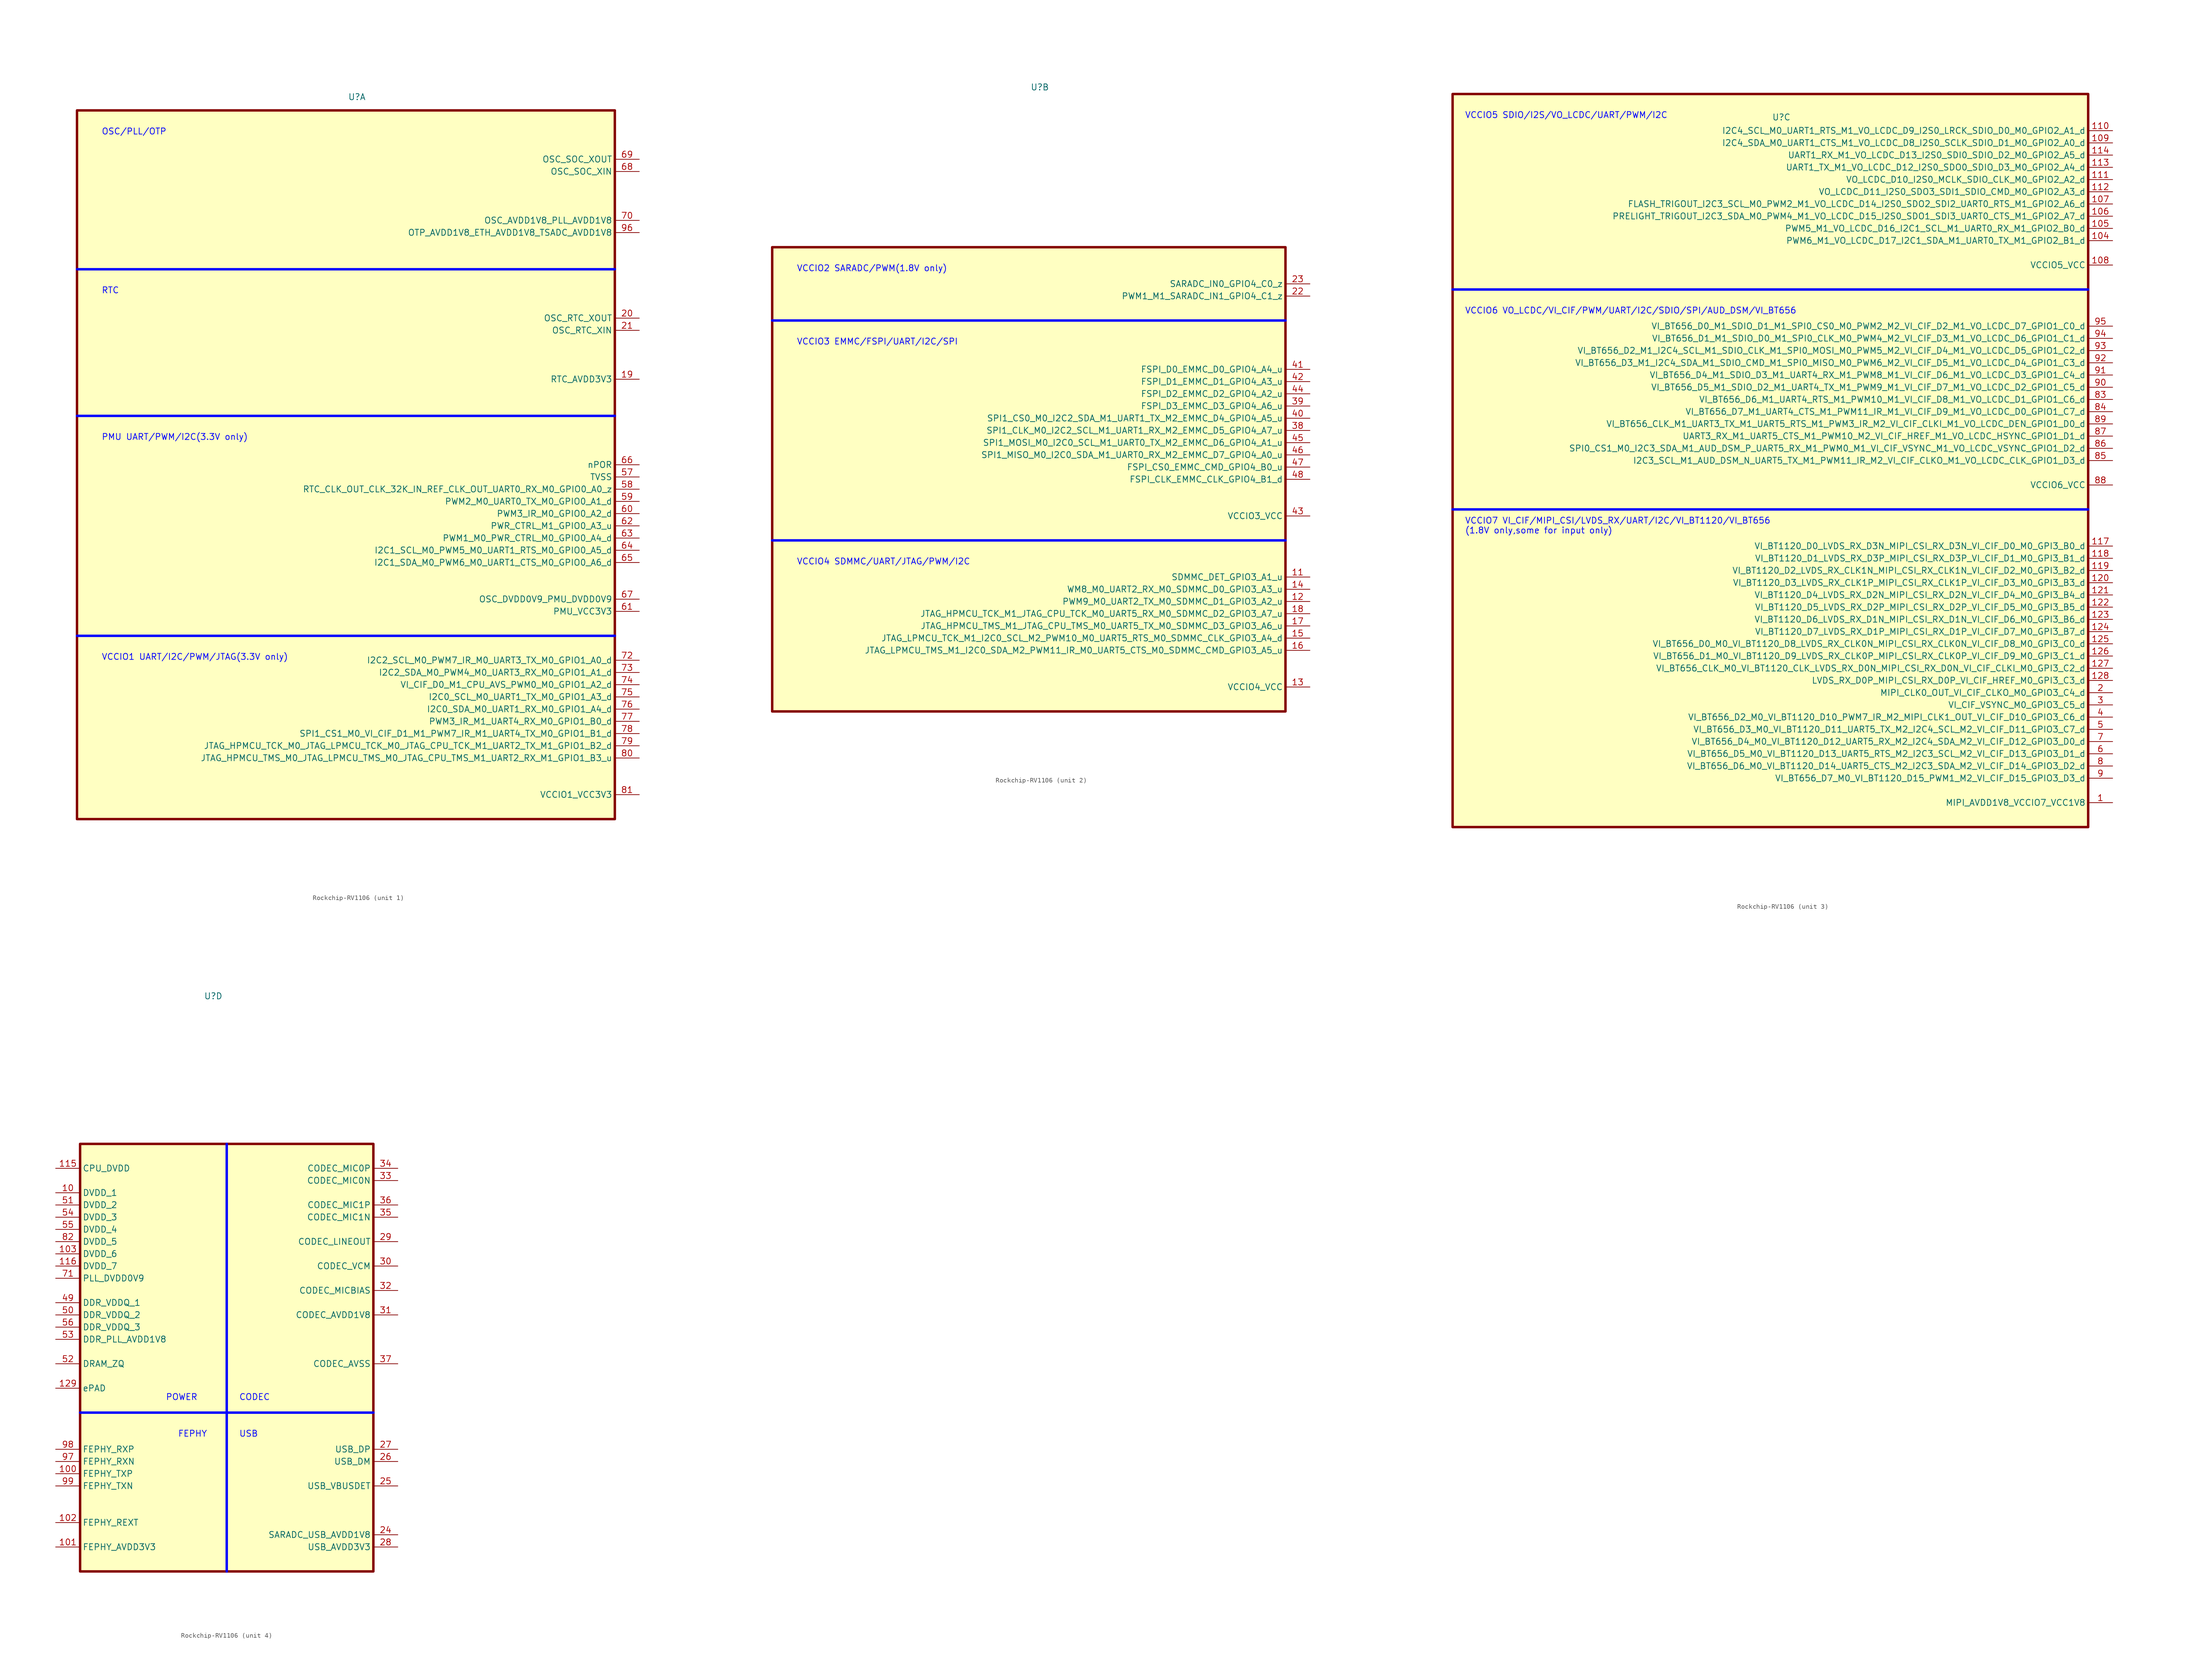
<source format=kicad_sym>
(kicad_symbol_lib
  (version 20241209)
  (generator "kicad_symbol_editor")
  (generator_version "9.0")
  (symbol "Rockchip-RV1106"
    (property "Reference" "U"
      (at -0.254 66.294 0)
      (effects (font (size 1.27 1.27))))
    (property "Value" ""
      (at 0 0 0)
      (effects (font (size 1.27 1.27))))
    (symbol "Rockchip-RV1106_1_0"
      (rectangle (start -58.42 63.5) (end 53.34 -83.82) (stroke (width 0.508) (type default)) (fill (type background)))
      (polyline (pts (xy 53.34 30.48) (xy -58.42 30.48)) (stroke (width 0.508) (type default) (color 0 0 255 1)) (fill (type none)))
      (polyline (pts (xy 53.34 0) (xy -58.42 0)) (stroke (width 0.508) (type default) (color 0 0 255 1)) (fill (type none)))
      (polyline (pts (xy 53.34 -45.72) (xy -58.42 -45.72)) (stroke (width 0.508) (type default) (color 0 0 255 1)) (fill (type none)))
      (text "OSC/PLL/OTP" (at -53.34 58.42 0) (effects (font (size 1.27 1.27) (color 0 0 255 1)) (justify left bottom)))
      (text "RTC" (at -53.34 25.4 0) (effects (font (size 1.27 1.27) (color 0 0 255 1)) (justify left bottom)))
      (text "PMU UART/PWM/I2C(3.3V only)" (at -53.34 -5.08 0) (effects (font (size 1.27 1.27) (color 0 0 255 1)) (justify left bottom)))
      (text "VCCIO1 UART/I2C/PWM/JTAG(3.3V only)" (at -53.34 -50.8 0) (effects (font (size 1.27 1.27) (color 0 0 255 1)) (justify left bottom)))
      (pin passive line (at 58.42 53.34 180) (length 5.08) (name "OSC_SOC_XOUT" (effects (font (size 1.27 1.27)))) (number "69" (effects (font (size 1.27 1.27)))))
      (pin passive line (at 58.42 50.8 180) (length 5.08) (name "OSC_SOC_XIN" (effects (font (size 1.27 1.27)))) (number "68" (effects (font (size 1.27 1.27)))))
      (pin passive line (at 58.42 40.64 180) (length 5.08) (name "OSC_AVDD1V8_PLL_AVDD1V8" (effects (font (size 1.27 1.27)))) (number "70" (effects (font (size 1.27 1.27)))))
      (pin passive line (at 58.42 38.1 180) (length 5.08) (name "OTP_AVDD1V8_ETH_AVDD1V8_TSADC_AVDD1V8" (effects (font (size 1.27 1.27)))) (number "96" (effects (font (size 1.27 1.27)))))
      (pin passive line (at 58.42 20.32 180) (length 5.08) (name "OSC_RTC_XOUT" (effects (font (size 1.27 1.27)))) (number "20" (effects (font (size 1.27 1.27)))))
      (pin passive line (at 58.42 17.78 180) (length 5.08) (name "OSC_RTC_XIN" (effects (font (size 1.27 1.27)))) (number "21" (effects (font (size 1.27 1.27)))))
      (pin passive line (at 58.42 7.62 180) (length 5.08) (name "RTC_AVDD3V3" (effects (font (size 1.27 1.27)))) (number "19" (effects (font (size 1.27 1.27)))))
      (pin passive line (at 58.42 -10.16 180) (length 5.08) (name "nPOR" (effects (font (size 1.27 1.27)))) (number "66" (effects (font (size 1.27 1.27)))))
      (pin passive line (at 58.42 -12.7 180) (length 5.08) (name "TVSS" (effects (font (size 1.27 1.27)))) (number "57" (effects (font (size 1.27 1.27)))))
      (pin passive line (at 58.42 -15.24 180) (length 5.08) (name "RTC_CLK_OUT_CLK_32K_IN_REF_CLK_OUT_UART0_RX_M0_GPIO0_A0_z" (effects (font (size 1.27 1.27)))) (number "58" (effects (font (size 1.27 1.27)))))
      (pin passive line (at 58.42 -17.78 180) (length 5.08) (name "PWM2_M0_UART0_TX_M0_GPIO0_A1_d" (effects (font (size 1.27 1.27)))) (number "59" (effects (font (size 1.27 1.27)))))
      (pin passive line (at 58.42 -20.32 180) (length 5.08) (name "PWM3_IR_M0_GPIO0_A2_d" (effects (font (size 1.27 1.27)))) (number "60" (effects (font (size 1.27 1.27)))))
      (pin passive line (at 58.42 -22.86 180) (length 5.08) (name "PWR_CTRL_M1_GPIO0_A3_u" (effects (font (size 1.27 1.27)))) (number "62" (effects (font (size 1.27 1.27)))))
      (pin passive line (at 58.42 -25.4 180) (length 5.08) (name "PWM1_M0_PWR_CTRL_M0_GPIO0_A4_d" (effects (font (size 1.27 1.27)))) (number "63" (effects (font (size 1.27 1.27)))))
      (pin passive line (at 58.42 -27.94 180) (length 5.08) (name "I2C1_SCL_M0_PWM5_M0_UART1_RTS_M0_GPIO0_A5_d" (effects (font (size 1.27 1.27)))) (number "64" (effects (font (size 1.27 1.27)))))
      (pin passive line (at 58.42 -30.48 180) (length 5.08) (name "I2C1_SDA_M0_PWM6_M0_UART1_CTS_M0_GPIO0_A6_d" (effects (font (size 1.27 1.27)))) (number "65" (effects (font (size 1.27 1.27)))))
      (pin passive line (at 58.42 -38.1 180) (length 5.08) (name "OSC_DVDD0V9_PMU_DVDD0V9" (effects (font (size 1.27 1.27)))) (number "67" (effects (font (size 1.27 1.27)))))
      (pin passive line (at 58.42 -40.64 180) (length 5.08) (name "PMU_VCC3V3" (effects (font (size 1.27 1.27)))) (number "61" (effects (font (size 1.27 1.27)))))
      (pin passive line (at 58.42 -50.8 180) (length 5.08) (name "I2C2_SCL_M0_PWM7_IR_M0_UART3_TX_M0_GPIO1_A0_d" (effects (font (size 1.27 1.27)))) (number "72" (effects (font (size 1.27 1.27)))))
      (pin passive line (at 58.42 -53.34 180) (length 5.08) (name "I2C2_SDA_M0_PWM4_M0_UART3_RX_M0_GPIO1_A1_d" (effects (font (size 1.27 1.27)))) (number "73" (effects (font (size 1.27 1.27)))))
      (pin passive line (at 58.42 -55.88 180) (length 5.08) (name "VI_CIF_D0_M1_CPU_AVS_PWM0_M0_GPIO1_A2_d" (effects (font (size 1.27 1.27)))) (number "74" (effects (font (size 1.27 1.27)))))
      (pin passive line (at 58.42 -58.42 180) (length 5.08) (name "I2C0_SCL_M0_UART1_TX_M0_GPIO1_A3_d" (effects (font (size 1.27 1.27)))) (number "75" (effects (font (size 1.27 1.27)))))
      (pin passive line (at 58.42 -60.96 180) (length 5.08) (name "I2C0_SDA_M0_UART1_RX_M0_GPIO1_A4_d" (effects (font (size 1.27 1.27)))) (number "76" (effects (font (size 1.27 1.27)))))
      (pin passive line (at 58.42 -63.5 180) (length 5.08) (name "PWM3_IR_M1_UART4_RX_M0_GPIO1_B0_d" (effects (font (size 1.27 1.27)))) (number "77" (effects (font (size 1.27 1.27)))))
      (pin passive line (at 58.42 -66.04 180) (length 5.08) (name "SPI1_CS1_M0_VI_CIF_D1_M1_PWM7_IR_M1_UART4_TX_M0_GPIO1_B1_d" (effects (font (size 1.27 1.27)))) (number "78" (effects (font (size 1.27 1.27)))))
      (pin passive line (at 58.42 -68.58 180) (length 5.08) (name "JTAG_HPMCU_TCK_M0_JTAG_LPMCU_TCK_M0_JTAG_CPU_TCK_M1_UART2_TX_M1_GPIO1_B2_d" (effects (font (size 1.27 1.27)))) (number "79" (effects (font (size 1.27 1.27)))))
      (pin passive line (at 58.42 -71.12 180) (length 5.08) (name "JTAG_HPMCU_TMS_M0_JTAG_LPMCU_TMS_M0_JTAG_CPU_TMS_M1_UART2_RX_M1_GPIO1_B3_u" (effects (font (size 1.27 1.27)))) (number "80" (effects (font (size 1.27 1.27)))))
      (pin passive line (at 58.42 -78.74 180) (length 5.08) (name "VCCIO1_VCC3V3" (effects (font (size 1.27 1.27)))) (number "81" (effects (font (size 1.27 1.27))))))
    (symbol "Rockchip-RV1106_2_0"
      (rectangle (start -55.88 33.02) (end 50.8 -63.5) (stroke (width 0.508) (type default)) (fill (type background)))
      (polyline (pts (xy 50.8 17.78) (xy -55.88 17.78)) (stroke (width 0.508) (type default) (color 0 0 255 1)) (fill (type none)))
      (polyline (pts (xy 50.8 -27.94) (xy -55.88 -27.94)) (stroke (width 0.508) (type default) (color 0 0 255 1)) (fill (type none)))
      (text "VCCIO2 SARADC/PWM(1.8V only)" (at -50.8 27.94 0) (effects (font (size 1.27 1.27) (color 0 0 255 1)) (justify left bottom)))
      (text "VCCIO3 EMMC/FSPI/UART/I2C/SPI" (at -50.8 12.7 0) (effects (font (size 1.27 1.27) (color 0 0 255 1)) (justify left bottom)))
      (text "VCCIO4 SDMMC/UART/JTAG/PWM/I2C" (at -50.8 -33.02 0) (effects (font (size 1.27 1.27) (color 0 0 255 1)) (justify left bottom)))
      (pin passive line (at 55.88 25.4 180) (length 5.08) (name "SARADC_IN0_GPIO4_C0_z" (effects (font (size 1.27 1.27)))) (number "23" (effects (font (size 1.27 1.27)))))
      (pin passive line (at 55.88 22.86 180) (length 5.08) (name "PWM1_M1_SARADC_IN1_GPIO4_C1_z" (effects (font (size 1.27 1.27)))) (number "22" (effects (font (size 1.27 1.27)))))
      (pin passive line (at 55.88 7.62 180) (length 5.08) (name "FSPI_D0_EMMC_D0_GPIO4_A4_u" (effects (font (size 1.27 1.27)))) (number "41" (effects (font (size 1.27 1.27)))))
      (pin passive line (at 55.88 5.08 180) (length 5.08) (name "FSPI_D1_EMMC_D1_GPIO4_A3_u" (effects (font (size 1.27 1.27)))) (number "42" (effects (font (size 1.27 1.27)))))
      (pin passive line (at 55.88 2.54 180) (length 5.08) (name "FSPI_D2_EMMC_D2_GPIO4_A2_u" (effects (font (size 1.27 1.27)))) (number "44" (effects (font (size 1.27 1.27)))))
      (pin passive line (at 55.88 0 180) (length 5.08) (name "FSPI_D3_EMMC_D3_GPIO4_A6_u" (effects (font (size 1.27 1.27)))) (number "39" (effects (font (size 1.27 1.27)))))
      (pin passive line (at 55.88 -2.54 180) (length 5.08) (name "SPI1_CS0_M0_I2C2_SDA_M1_UART1_TX_M2_EMMC_D4_GPIO4_A5_u" (effects (font (size 1.27 1.27)))) (number "40" (effects (font (size 1.27 1.27)))))
      (pin passive line (at 55.88 -5.08 180) (length 5.08) (name "SPI1_CLK_M0_I2C2_SCL_M1_UART1_RX_M2_EMMC_D5_GPIO4_A7_u" (effects (font (size 1.27 1.27)))) (number "38" (effects (font (size 1.27 1.27)))))
      (pin passive line (at 55.88 -7.62 180) (length 5.08) (name "SPI1_MOSI_M0_I2C0_SCL_M1_UART0_TX_M2_EMMC_D6_GPIO4_A1_u" (effects (font (size 1.27 1.27)))) (number "45" (effects (font (size 1.27 1.27)))))
      (pin passive line (at 55.88 -10.16 180) (length 5.08) (name "SPI1_MISO_M0_I2C0_SDA_M1_UART0_RX_M2_EMMC_D7_GPIO4_A0_u" (effects (font (size 1.27 1.27)))) (number "46" (effects (font (size 1.27 1.27)))))
      (pin passive line (at 55.88 -12.7 180) (length 5.08) (name "FSPI_CS0_EMMC_CMD_GPIO4_B0_u" (effects (font (size 1.27 1.27)))) (number "47" (effects (font (size 1.27 1.27)))))
      (pin passive line (at 55.88 -15.24 180) (length 5.08) (name "FSPI_CLK_EMMC_CLK_GPIO4_B1_d" (effects (font (size 1.27 1.27)))) (number "48" (effects (font (size 1.27 1.27)))))
      (pin passive line (at 55.88 -22.86 180) (length 5.08) (name "VCCIO3_VCC" (effects (font (size 1.27 1.27)))) (number "43" (effects (font (size 1.27 1.27)))))
      (pin passive line (at 55.88 -35.56 180) (length 5.08) (name "SDMMC_DET_GPIO3_A1_u" (effects (font (size 1.27 1.27)))) (number "11" (effects (font (size 1.27 1.27)))))
      (pin passive line (at 55.88 -38.1 180) (length 5.08) (name "WM8_M0_UART2_RX_M0_SDMMC_D0_GPIO3_A3_u" (effects (font (size 1.27 1.27)))) (number "14" (effects (font (size 1.27 1.27)))))
      (pin passive line (at 55.88 -40.64 180) (length 5.08) (name "PWM9_M0_UART2_TX_M0_SDMMC_D1_GPIO3_A2_u" (effects (font (size 1.27 1.27)))) (number "12" (effects (font (size 1.27 1.27)))))
      (pin passive line (at 55.88 -43.18 180) (length 5.08) (name "JTAG_HPMCU_TCK_M1_JTAG_CPU_TCK_M0_UART5_RX_M0_SDMMC_D2_GPIO3_A7_u" (effects (font (size 1.27 1.27)))) (number "18" (effects (font (size 1.27 1.27)))))
      (pin passive line (at 55.88 -45.72 180) (length 5.08) (name "JTAG_HPMCU_TMS_M1_JTAG_CPU_TMS_M0_UART5_TX_M0_SDMMC_D3_GPIO3_A6_u" (effects (font (size 1.27 1.27)))) (number "17" (effects (font (size 1.27 1.27)))))
      (pin passive line (at 55.88 -48.26 180) (length 5.08) (name "JTAG_LPMCU_TCK_M1_I2C0_SCL_M2_PWM10_M0_UART5_RTS_M0_SDMMC_CLK_GPIO3_A4_d" (effects (font (size 1.27 1.27)))) (number "15" (effects (font (size 1.27 1.27)))))
      (pin passive line (at 55.88 -50.8 180) (length 5.08) (name "JTAG_LPMCU_TMS_M1_I2C0_SDA_M2_PWM11_IR_M0_UART5_CTS_M0_SDMMC_CMD_GPIO3_A5_u" (effects (font (size 1.27 1.27)))) (number "16" (effects (font (size 1.27 1.27)))))
      (pin passive line (at 55.88 -58.42 180) (length 5.08) (name "VCCIO4_VCC" (effects (font (size 1.27 1.27)))) (number "13" (effects (font (size 1.27 1.27))))))
    (symbol "Rockchip-RV1106_3_0"
      (rectangle (start -68.58 71.12) (end 63.5 -81.28) (stroke (width 0.508) (type default)) (fill (type background)))
      (polyline (pts (xy -68.58 30.48) (xy 63.5 30.48)) (stroke (width 0.508) (type default) (color 0 0 255 1)) (fill (type none)))
      (polyline (pts (xy 63.5 -15.24) (xy -68.58 -15.24)) (stroke (width 0.508) (type default) (color 0 0 255 1)) (fill (type none)))
      (text "VCCIO5 SDIO/I2S/VO_LCDC/UART/PWM/I2C" (at -66.04 66.04 0) (effects (font (size 1.27 1.27) (color 0 0 255 1)) (justify left bottom)))
      (text "VCCIO6 VO_LCDC/VI_CIF/PWM/UART/I2C/SDIO/SPI/AUD_DSM/VI_BT656" (at -66.04 25.4 0) (effects (font (size 1.27 1.27) (color 0 0 255 1)) (justify left bottom)))
      (text "VCCIO7 VI_CIF/MIPI_CSI/LVDS_RX/UART/I2C/VI_BT1120/VI_BT656\n(1.8V only,some for input only)" (at -66.04 -20.32 0) (effects (font (size 1.27 1.27) (color 0 0 255 1)) (justify left bottom)))
      (pin passive line (at 68.58 63.5 180) (length 5.08) (name "I2C4_SCL_M0_UART1_RTS_M1_VO_LCDC_D9_I2S0_LRCK_SDIO_D0_M0_GPIO2_A1_d" (effects (font (size 1.27 1.27)))) (number "110" (effects (font (size 1.27 1.27)))))
      (pin passive line (at 68.58 60.96 180) (length 5.08) (name "I2C4_SDA_M0_UART1_CTS_M1_VO_LCDC_D8_I2S0_SCLK_SDIO_D1_M0_GPIO2_A0_d" (effects (font (size 1.27 1.27)))) (number "109" (effects (font (size 1.27 1.27)))))
      (pin passive line (at 68.58 58.42 180) (length 5.08) (name "UART1_RX_M1_VO_LCDC_D13_I2S0_SDI0_SDIO_D2_M0_GPIO2_A5_d" (effects (font (size 1.27 1.27)))) (number "114" (effects (font (size 1.27 1.27)))))
      (pin passive line (at 68.58 55.88 180) (length 5.08) (name "UART1_TX_M1_VO_LCDC_D12_I2S0_SDO0_SDIO_D3_M0_GPIO2_A4_d" (effects (font (size 1.27 1.27)))) (number "113" (effects (font (size 1.27 1.27)))))
      (pin passive line (at 68.58 53.34 180) (length 5.08) (name "VO_LCDC_D10_I2S0_MCLK_SDIO_CLK_M0_GPIO2_A2_d" (effects (font (size 1.27 1.27)))) (number "111" (effects (font (size 1.27 1.27)))))
      (pin passive line (at 68.58 50.8 180) (length 5.08) (name "VO_LCDC_D11_I2S0_SDO3_SDI1_SDIO_CMD_M0_GPIO2_A3_d" (effects (font (size 1.27 1.27)))) (number "112" (effects (font (size 1.27 1.27)))))
      (pin passive line (at 68.58 48.26 180) (length 5.08) (name "FLASH_TRIGOUT_I2C3_SCL_M0_PWM2_M1_VO_LCDC_D14_I2S0_SDO2_SDI2_UART0_RTS_M1_GPIO2_A6_d" (effects (font (size 1.27 1.27)))) (number "107" (effects (font (size 1.27 1.27)))))
      (pin passive line (at 68.58 45.72 180) (length 5.08) (name "PRELIGHT_TRIGOUT_I2C3_SDA_M0_PWM4_M1_VO_LCDC_D15_I2S0_SDO1_SDI3_UART0_CTS_M1_GPIO2_A7_d" (effects (font (size 1.27 1.27)))) (number "106" (effects (font (size 1.27 1.27)))))
      (pin passive line (at 68.58 43.18 180) (length 5.08) (name "PWM5_M1_VO_LCDC_D16_I2C1_SCL_M1_UART0_RX_M1_GPIO2_B0_d" (effects (font (size 1.27 1.27)))) (number "105" (effects (font (size 1.27 1.27)))))
      (pin passive line (at 68.58 40.64 180) (length 5.08) (name "PWM6_M1_VO_LCDC_D17_I2C1_SDA_M1_UART0_TX_M1_GPIO2_B1_d" (effects (font (size 1.27 1.27)))) (number "104" (effects (font (size 1.27 1.27)))))
      (pin passive line (at 68.58 35.56 180) (length 5.08) (name "VCCIO5_VCC" (effects (font (size 1.27 1.27)))) (number "108" (effects (font (size 1.27 1.27)))))
      (pin passive line (at 68.58 22.86 180) (length 5.08) (name "VI_BT656_D0_M1_SDIO_D1_M1_SPI0_CS0_M0_PWM2_M2_VI_CIF_D2_M1_VO_LCDC_D7_GPIO1_C0_d" (effects (font (size 1.27 1.27)))) (number "95" (effects (font (size 1.27 1.27)))))
      (pin passive line (at 68.58 20.32 180) (length 5.08) (name "VI_BT656_D1_M1_SDIO_D0_M1_SPI0_CLK_M0_PWM4_M2_VI_CIF_D3_M1_VO_LCDC_D6_GPIO1_C1_d" (effects (font (size 1.27 1.27)))) (number "94" (effects (font (size 1.27 1.27)))))
      (pin passive line (at 68.58 17.78 180) (length 5.08) (name "VI_BT656_D2_M1_I2C4_SCL_M1_SDIO_CLK_M1_SPI0_MOSI_M0_PWM5_M2_VI_CIF_D4_M1_VO_LCDC_D5_GPIO1_C2_d" (effects (font (size 1.27 1.27)))) (number "93" (effects (font (size 1.27 1.27)))))
      (pin passive line (at 68.58 15.24 180) (length 5.08) (name "VI_BT656_D3_M1_I2C4_SDA_M1_SDIO_CMD_M1_SPI0_MISO_M0_PWM6_M2_VI_CIF_D5_M1_VO_LCDC_D4_GPIO1_C3_d" (effects (font (size 1.27 1.27)))) (number "92" (effects (font (size 1.27 1.27)))))
      (pin passive line (at 68.58 12.7 180) (length 5.08) (name "VI_BT656_D4_M1_SDIO_D3_M1_UART4_RX_M1_PWM8_M1_VI_CIF_D6_M1_VO_LCDC_D3_GPIO1_C4_d" (effects (font (size 1.27 1.27)))) (number "91" (effects (font (size 1.27 1.27)))))
      (pin passive line (at 68.58 10.16 180) (length 5.08) (name "VI_BT656_D5_M1_SDIO_D2_M1_UART4_TX_M1_PWM9_M1_VI_CIF_D7_M1_VO_LCDC_D2_GPIO1_C5_d" (effects (font (size 1.27 1.27)))) (number "90" (effects (font (size 1.27 1.27)))))
      (pin passive line (at 68.58 7.62 180) (length 5.08) (name "VI_BT656_D6_M1_UART4_RTS_M1_PWM10_M1_VI_CIF_D8_M1_VO_LCDC_D1_GPIO1_C6_d" (effects (font (size 1.27 1.27)))) (number "83" (effects (font (size 1.27 1.27)))))
      (pin passive line (at 68.58 5.08 180) (length 5.08) (name "VI_BT656_D7_M1_UART4_CTS_M1_PWM11_IR_M1_VI_CIF_D9_M1_VO_LCDC_D0_GPIO1_C7_d" (effects (font (size 1.27 1.27)))) (number "84" (effects (font (size 1.27 1.27)))))
      (pin passive line (at 68.58 2.54 180) (length 5.08) (name "VI_BT656_CLK_M1_UART3_TX_M1_UART5_RTS_M1_PWM3_IR_M2_VI_CIF_CLKI_M1_VO_LCDC_DEN_GPIO1_D0_d" (effects (font (size 1.27 1.27)))) (number "89" (effects (font (size 1.27 1.27)))))
      (pin passive line (at 68.58 0 180) (length 5.08) (name "UART3_RX_M1_UART5_CTS_M1_PWM10_M2_VI_CIF_HREF_M1_VO_LCDC_HSYNC_GPIO1_D1_d" (effects (font (size 1.27 1.27)))) (number "87" (effects (font (size 1.27 1.27)))))
      (pin passive line (at 68.58 -2.54 180) (length 5.08) (name "SPI0_CS1_M0_I2C3_SDA_M1_AUD_DSM_P_UART5_RX_M1_PWM0_M1_VI_CIF_VSYNC_M1_VO_LCDC_VSYNC_GPIO1_D2_d" (effects (font (size 1.27 1.27)))) (number "86" (effects (font (size 1.27 1.27)))))
      (pin passive line (at 68.58 -5.08 180) (length 5.08) (name "I2C3_SCL_M1_AUD_DSM_N_UART5_TX_M1_PWM11_IR_M2_VI_CIF_CLKO_M1_VO_LCDC_CLK_GPIO1_D3_d" (effects (font (size 1.27 1.27)))) (number "85" (effects (font (size 1.27 1.27)))))
      (pin passive line (at 68.58 -10.16 180) (length 5.08) (name "VCCIO6_VCC" (effects (font (size 1.27 1.27)))) (number "88" (effects (font (size 1.27 1.27)))))
      (pin passive line (at 68.58 -22.86 180) (length 5.08) (name "VI_BT1120_D0_LVDS_RX_D3N_MIPI_CSI_RX_D3N_VI_CIF_D0_M0_GPI3_B0_d" (effects (font (size 1.27 1.27)))) (number "117" (effects (font (size 1.27 1.27)))))
      (pin passive line (at 68.58 -25.4 180) (length 5.08) (name "VI_BT1120_D1_LVDS_RX_D3P_MIPI_CSI_RX_D3P_VI_CIF_D1_M0_GPI3_B1_d" (effects (font (size 1.27 1.27)))) (number "118" (effects (font (size 1.27 1.27)))))
      (pin passive line (at 68.58 -27.94 180) (length 5.08) (name "VI_BT1120_D2_LVDS_RX_CLK1N_MIPI_CSI_RX_CLK1N_VI_CIF_D2_M0_GPI3_B2_d" (effects (font (size 1.27 1.27)))) (number "119" (effects (font (size 1.27 1.27)))))
      (pin passive line (at 68.58 -30.48 180) (length 5.08) (name "VI_BT1120_D3_LVDS_RX_CLK1P_MIPI_CSI_RX_CLK1P_VI_CIF_D3_M0_GPI3_B3_d" (effects (font (size 1.27 1.27)))) (number "120" (effects (font (size 1.27 1.27)))))
      (pin passive line (at 68.58 -33.02 180) (length 5.08) (name "VI_BT1120_D4_LVDS_RX_D2N_MIPI_CSI_RX_D2N_VI_CIF_D4_M0_GPI3_B4_d" (effects (font (size 1.27 1.27)))) (number "121" (effects (font (size 1.27 1.27)))))
      (pin passive line (at 68.58 -35.56 180) (length 5.08) (name "VI_BT1120_D5_LVDS_RX_D2P_MIPI_CSI_RX_D2P_VI_CIF_D5_M0_GPI3_B5_d" (effects (font (size 1.27 1.27)))) (number "122" (effects (font (size 1.27 1.27)))))
      (pin passive line (at 68.58 -38.1 180) (length 5.08) (name "VI_BT1120_D6_LVDS_RX_D1N_MIPI_CSI_RX_D1N_VI_CIF_D6_M0_GPI3_B6_d" (effects (font (size 1.27 1.27)))) (number "123" (effects (font (size 1.27 1.27)))))
      (pin passive line (at 68.58 -40.64 180) (length 5.08) (name "VI_BT1120_D7_LVDS_RX_D1P_MIPI_CSI_RX_D1P_VI_CIF_D7_M0_GPI3_B7_d" (effects (font (size 1.27 1.27)))) (number "124" (effects (font (size 1.27 1.27)))))
      (pin passive line (at 68.58 -43.18 180) (length 5.08) (name "VI_BT656_D0_M0_VI_BT1120_D8_LVDS_RX_CLK0N_MIPI_CSI_RX_CLK0N_VI_CIF_D8_M0_GPI3_C0_d" (effects (font (size 1.27 1.27)))) (number "125" (effects (font (size 1.27 1.27)))))
      (pin passive line (at 68.58 -45.72 180) (length 5.08) (name "VI_BT656_D1_M0_VI_BT1120_D9_LVDS_RX_CLK0P_MIPI_CSI_RX_CLK0P_VI_CIF_D9_M0_GPI3_C1_d" (effects (font (size 1.27 1.27)))) (number "126" (effects (font (size 1.27 1.27)))))
      (pin passive line (at 68.58 -48.26 180) (length 5.08) (name "VI_BT656_CLK_M0_VI_BT1120_CLK_LVDS_RX_D0N_MIPI_CSI_RX_D0N_VI_CIF_CLKI_M0_GPI3_C2_d" (effects (font (size 1.27 1.27)))) (number "127" (effects (font (size 1.27 1.27)))))
      (pin passive line (at 68.58 -50.8 180) (length 5.08) (name "LVDS_RX_D0P_MIPI_CSI_RX_D0P_VI_CIF_HREF_M0_GPI3_C3_d" (effects (font (size 1.27 1.27)))) (number "128" (effects (font (size 1.27 1.27)))))
      (pin passive line (at 68.58 -53.34 180) (length 5.08) (name "MIPI_CLK0_OUT_VI_CIF_CLKO_M0_GPIO3_C4_d" (effects (font (size 1.27 1.27)))) (number "2" (effects (font (size 1.27 1.27)))))
      (pin passive line (at 68.58 -55.88 180) (length 5.08) (name "VI_CIF_VSYNC_M0_GPIO3_C5_d" (effects (font (size 1.27 1.27)))) (number "3" (effects (font (size 1.27 1.27)))))
      (pin passive line (at 68.58 -58.42 180) (length 5.08) (name "VI_BT656_D2_M0_VI_BT1120_D10_PWM7_IR_M2_MIPI_CLK1_OUT_VI_CIF_D10_GPIO3_C6_d" (effects (font (size 1.27 1.27)))) (number "4" (effects (font (size 1.27 1.27)))))
      (pin passive line (at 68.58 -60.96 180) (length 5.08) (name "VI_BT656_D3_M0_VI_BT1120_D11_UART5_TX_M2_I2C4_SCL_M2_VI_CIF_D11_GPIO3_C7_d" (effects (font (size 1.27 1.27)))) (number "5" (effects (font (size 1.27 1.27)))))
      (pin passive line (at 68.58 -63.5 180) (length 5.08) (name "VI_BT656_D4_M0_VI_BT1120_D12_UART5_RX_M2_I2C4_SDA_M2_VI_CIF_D12_GPIO3_D0_d" (effects (font (size 1.27 1.27)))) (number "7" (effects (font (size 1.27 1.27)))))
      (pin passive line (at 68.58 -66.04 180) (length 5.08) (name "VI_BT656_D5_M0_VI_BT1120_D13_UART5_RTS_M2_I2C3_SCL_M2_VI_CIF_D13_GPIO3_D1_d" (effects (font (size 1.27 1.27)))) (number "6" (effects (font (size 1.27 1.27)))))
      (pin passive line (at 68.58 -68.58 180) (length 5.08) (name "VI_BT656_D6_M0_VI_BT1120_D14_UART5_CTS_M2_I2C3_SDA_M2_VI_CIF_D14_GPIO3_D2_d" (effects (font (size 1.27 1.27)))) (number "8" (effects (font (size 1.27 1.27)))))
      (pin passive line (at 68.58 -71.12 180) (length 5.08) (name "VI_BT656_D7_M0_VI_BT1120_D15_PWM1_M2_VI_CIF_D15_GPIO3_D3_d" (effects (font (size 1.27 1.27)))) (number "9" (effects (font (size 1.27 1.27)))))
      (pin passive line (at 68.58 -76.2 180) (length 5.08) (name "MIPI_AVDD1V8_VCCIO7_VCC1V8" (effects (font (size 1.27 1.27)))) (number "1" (effects (font (size 1.27 1.27))))))
    (symbol "Rockchip-RV1106_4_0"
      (rectangle (start -27.94 35.56) (end 33.02 -53.34) (stroke (width 0.508) (type default)) (fill (type background)))
      (polyline (pts (xy -27.94 -20.32) (xy 33.02 -20.32)) (stroke (width 0.508) (type default) (color 0 0 255 1)) (fill (type none)))
      (polyline (pts (xy 2.54 35.56) (xy 2.54 -53.34)) (stroke (width 0.508) (type default) (color 0 0 255 1)) (fill (type none)))
      (text "POWER" (at -10.16 -17.78 0) (effects (font (size 1.27 1.27) (color 0 0 255 1)) (justify left bottom)))
      (text "FEPHY" (at -7.62 -25.4 0) (effects (font (size 1.27 1.27) (color 0 0 255 1)) (justify left bottom)))
      (text "CODEC" (at 5.08 -17.78 0) (effects (font (size 1.27 1.27) (color 0 0 255 1)) (justify left bottom)))
      (text "USB" (at 5.08 -25.4 0) (effects (font (size 1.27 1.27) (color 0 0 255 1)) (justify left bottom)))
      (pin passive line (at -33.02 30.48 0) (length 5.08) (name "CPU_DVDD" (effects (font (size 1.27 1.27)))) (number "115" (effects (font (size 1.27 1.27)))))
      (pin passive line (at -33.02 25.4 0) (length 5.08) (name "DVDD_1" (effects (font (size 1.27 1.27)))) (number "10" (effects (font (size 1.27 1.27)))))
      (pin passive line (at -33.02 22.86 0) (length 5.08) (name "DVDD_2" (effects (font (size 1.27 1.27)))) (number "51" (effects (font (size 1.27 1.27)))))
      (pin passive line (at -33.02 20.32 0) (length 5.08) (name "DVDD_3" (effects (font (size 1.27 1.27)))) (number "54" (effects (font (size 1.27 1.27)))))
      (pin passive line (at -33.02 17.78 0) (length 5.08) (name "DVDD_4" (effects (font (size 1.27 1.27)))) (number "55" (effects (font (size 1.27 1.27)))))
      (pin passive line (at -33.02 15.24 0) (length 5.08) (name "DVDD_5" (effects (font (size 1.27 1.27)))) (number "82" (effects (font (size 1.27 1.27)))))
      (pin passive line (at -33.02 12.7 0) (length 5.08) (name "DVDD_6" (effects (font (size 1.27 1.27)))) (number "103" (effects (font (size 1.27 1.27)))))
      (pin passive line (at -33.02 10.16 0) (length 5.08) (name "DVDD_7" (effects (font (size 1.27 1.27)))) (number "116" (effects (font (size 1.27 1.27)))))
      (pin passive line (at -33.02 7.62 0) (length 5.08) (name "PLL_DVDD0V9" (effects (font (size 1.27 1.27)))) (number "71" (effects (font (size 1.27 1.27)))))
      (pin passive line (at -33.02 2.54 0) (length 5.08) (name "DDR_VDDQ_1" (effects (font (size 1.27 1.27)))) (number "49" (effects (font (size 1.27 1.27)))))
      (pin passive line (at -33.02 0 0) (length 5.08) (name "DDR_VDDQ_2" (effects (font (size 1.27 1.27)))) (number "50" (effects (font (size 1.27 1.27)))))
      (pin passive line (at -33.02 -2.54 0) (length 5.08) (name "DDR_VDDQ_3" (effects (font (size 1.27 1.27)))) (number "56" (effects (font (size 1.27 1.27)))))
      (pin passive line (at -33.02 -5.08 0) (length 5.08) (name "DDR_PLL_AVDD1V8" (effects (font (size 1.27 1.27)))) (number "53" (effects (font (size 1.27 1.27)))))
      (pin passive line (at -33.02 -10.16 0) (length 5.08) (name "DRAM_ZQ" (effects (font (size 1.27 1.27)))) (number "52" (effects (font (size 1.27 1.27)))))
      (pin passive line (at -33.02 -15.24 0) (length 5.08) (name "ePAD" (effects (font (size 1.27 1.27)))) (number "129" (effects (font (size 1.27 1.27)))))
      (pin passive line (at -33.02 -27.94 0) (length 5.08) (name "FEPHY_RXP" (effects (font (size 1.27 1.27)))) (number "98" (effects (font (size 1.27 1.27)))))
      (pin passive line (at -33.02 -30.48 0) (length 5.08) (name "FEPHY_RXN" (effects (font (size 1.27 1.27)))) (number "97" (effects (font (size 1.27 1.27)))))
      (pin passive line (at -33.02 -33.02 0) (length 5.08) (name "FEPHY_TXP" (effects (font (size 1.27 1.27)))) (number "100" (effects (font (size 1.27 1.27)))))
      (pin passive line (at -33.02 -35.56 0) (length 5.08) (name "FEPHY_TXN" (effects (font (size 1.27 1.27)))) (number "99" (effects (font (size 1.27 1.27)))))
      (pin passive line (at -33.02 -43.18 0) (length 5.08) (name "FEPHY_REXT" (effects (font (size 1.27 1.27)))) (number "102" (effects (font (size 1.27 1.27)))))
      (pin passive line (at -33.02 -48.26 0) (length 5.08) (name "FEPHY_AVDD3V3" (effects (font (size 1.27 1.27)))) (number "101" (effects (font (size 1.27 1.27)))))
      (pin passive line (at 38.1 30.48 180) (length 5.08) (name "CODEC_MIC0P" (effects (font (size 1.27 1.27)))) (number "34" (effects (font (size 1.27 1.27)))))
      (pin passive line (at 38.1 27.94 180) (length 5.08) (name "CODEC_MIC0N" (effects (font (size 1.27 1.27)))) (number "33" (effects (font (size 1.27 1.27)))))
      (pin passive line (at 38.1 22.86 180) (length 5.08) (name "CODEC_MIC1P" (effects (font (size 1.27 1.27)))) (number "36" (effects (font (size 1.27 1.27)))))
      (pin passive line (at 38.1 20.32 180) (length 5.08) (name "CODEC_MIC1N" (effects (font (size 1.27 1.27)))) (number "35" (effects (font (size 1.27 1.27)))))
      (pin passive line (at 38.1 15.24 180) (length 5.08) (name "CODEC_LINEOUT" (effects (font (size 1.27 1.27)))) (number "29" (effects (font (size 1.27 1.27)))))
      (pin passive line (at 38.1 10.16 180) (length 5.08) (name "CODEC_VCM" (effects (font (size 1.27 1.27)))) (number "30" (effects (font (size 1.27 1.27)))))
      (pin passive line (at 38.1 5.08 180) (length 5.08) (name "CODEC_MICBIAS" (effects (font (size 1.27 1.27)))) (number "32" (effects (font (size 1.27 1.27)))))
      (pin passive line (at 38.1 0 180) (length 5.08) (name "CODEC_AVDD1V8" (effects (font (size 1.27 1.27)))) (number "31" (effects (font (size 1.27 1.27)))))
      (pin passive line (at 38.1 -10.16 180) (length 5.08) (name "CODEC_AVSS" (effects (font (size 1.27 1.27)))) (number "37" (effects (font (size 1.27 1.27)))))
      (pin passive line (at 38.1 -27.94 180) (length 5.08) (name "USB_DP" (effects (font (size 1.27 1.27)))) (number "27" (effects (font (size 1.27 1.27)))))
      (pin passive line (at 38.1 -30.48 180) (length 5.08) (name "USB_DM" (effects (font (size 1.27 1.27)))) (number "26" (effects (font (size 1.27 1.27)))))
      (pin passive line (at 38.1 -35.56 180) (length 5.08) (name "USB_VBUSDET" (effects (font (size 1.27 1.27)))) (number "25" (effects (font (size 1.27 1.27)))))
      (pin passive line (at 38.1 -45.72 180) (length 5.08) (name "SARADC_USB_AVDD1V8" (effects (font (size 1.27 1.27)))) (number "24" (effects (font (size 1.27 1.27)))))
      (pin passive line (at 38.1 -48.26 180) (length 5.08) (name "USB_AVDD3V3" (effects (font (size 1.27 1.27)))) (number "28" (effects (font (size 1.27 1.27))))))))
</source>
